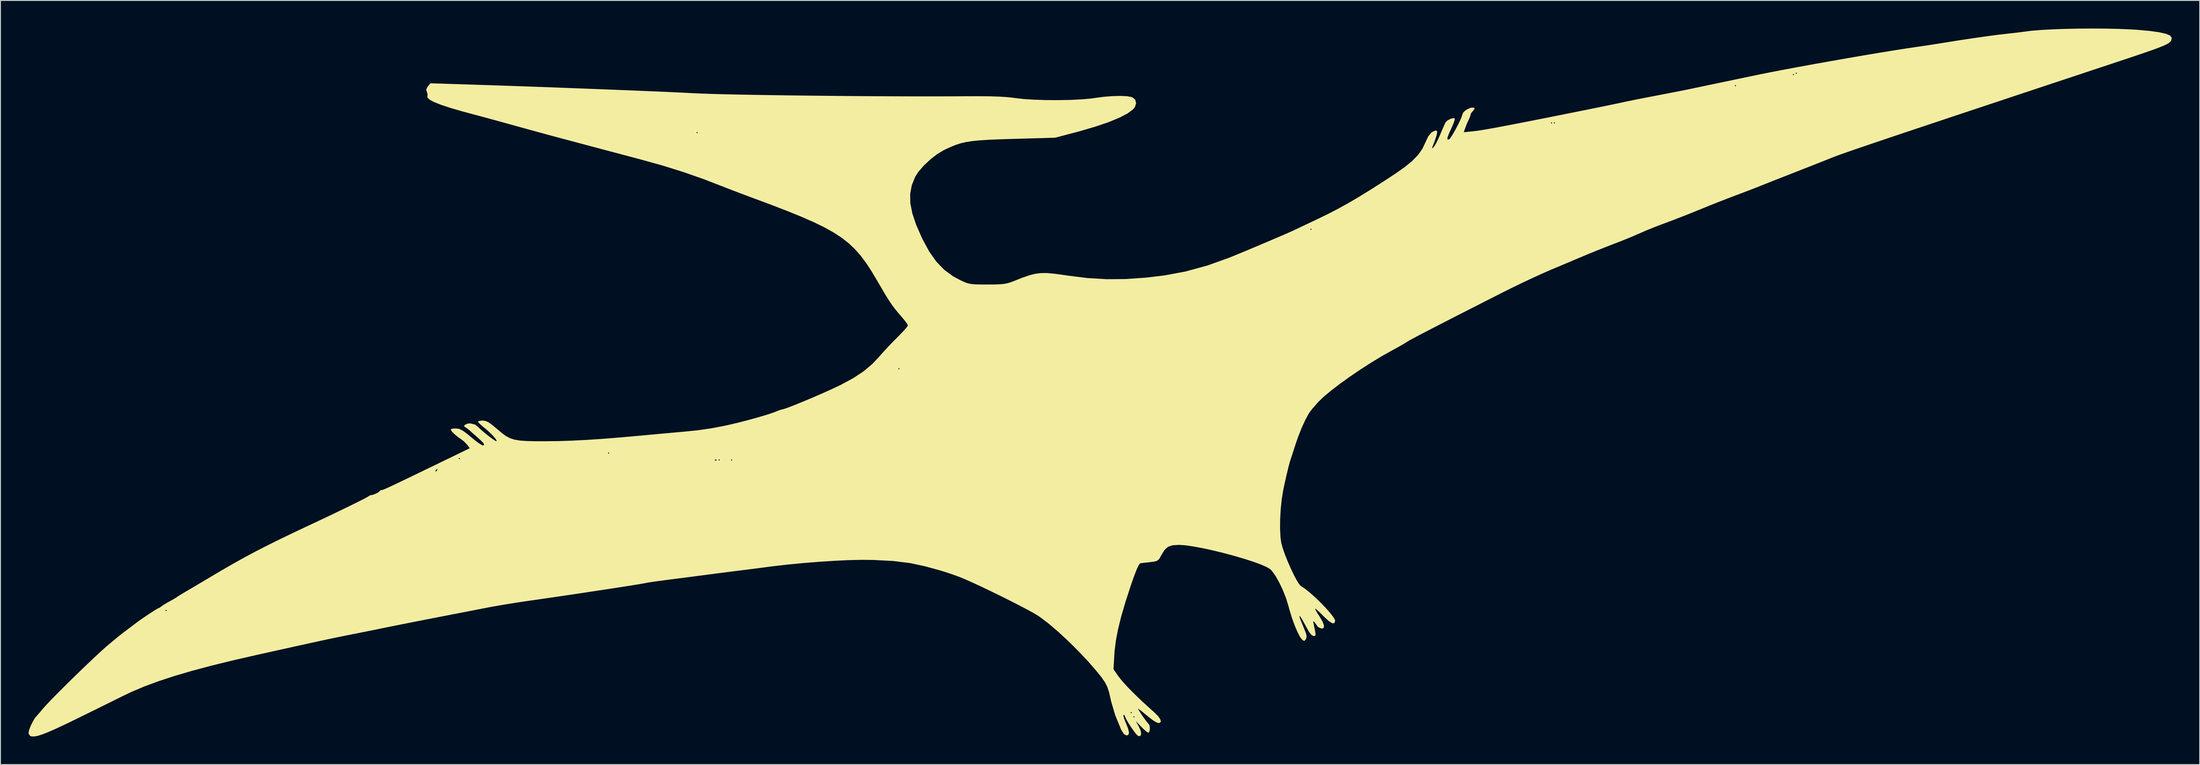
<source format=kicad_pcb>
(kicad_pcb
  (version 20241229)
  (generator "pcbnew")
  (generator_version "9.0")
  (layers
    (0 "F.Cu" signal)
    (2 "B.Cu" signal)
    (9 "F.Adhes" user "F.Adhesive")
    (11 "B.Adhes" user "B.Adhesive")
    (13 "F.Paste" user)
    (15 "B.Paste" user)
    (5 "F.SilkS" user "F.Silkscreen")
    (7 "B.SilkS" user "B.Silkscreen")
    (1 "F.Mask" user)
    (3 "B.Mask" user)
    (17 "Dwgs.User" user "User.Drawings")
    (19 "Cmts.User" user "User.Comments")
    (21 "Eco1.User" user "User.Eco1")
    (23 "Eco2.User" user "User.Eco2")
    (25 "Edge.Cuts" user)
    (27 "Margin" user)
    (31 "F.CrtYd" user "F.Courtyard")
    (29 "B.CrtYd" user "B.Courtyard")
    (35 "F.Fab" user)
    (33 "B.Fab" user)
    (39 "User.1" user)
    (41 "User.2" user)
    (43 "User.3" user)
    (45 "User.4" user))
  (footprint "pteranodon_big"
    (layer "F.Cu")
    (at 113.709 38.819)
    (property "Reference" "pteranodon_big" (at 0 0 0) (layer "F.SilkS") (effects (font (size 1.5 1.5) (thickness 0.3))))
    (attr board_only exclude_from_pos_files exclude_from_bom)
    (fp_poly (pts (xy 108.237 -38.808) (xy 109.634 -38.775) (xy 110.908 -38.719) (xy 111.467 -38.684) (xy 112.796 -38.566) (xy 113.831 -38.424) (xy 114.574 -38.258) (xy 115.025 -38.066) (xy 115.183 -37.85) (xy 115.184 -37.837) (xy 115.176 -37.683) (xy 115.141 -37.545) (xy 115.055 -37.413) (xy 114.895 -37.277) (xy 114.636 -37.127) (xy 114.257 -36.952) (xy 113.732 -36.743) (xy 113.04 -36.49) (xy 112.157 -36.183) (xy 111.058 -35.811) (xy 109.721 -35.365) (xy 108.458 -34.945) (xy 104.988 -33.793) (xy 101.788 -32.73) (xy 98.848 -31.752) (xy 96.157 -30.857) (xy 93.706 -30.041) (xy 91.485 -29.3) (xy 89.482 -28.631) (xy 87.687 -28.031) (xy 86.091 -27.496) (xy 84.683 -27.022) (xy 83.453 -26.606) (xy 82.391 -26.245) (xy 81.485 -25.935) (xy 80.727 -25.673) (xy 80.105 -25.455) (xy 79.611 -25.278) (xy 79.232 -25.139) (xy 78.959 -25.033) (xy 78.858 -24.991) (xy 78.622 -24.896) (xy 78.153 -24.709) (xy 77.493 -24.448) (xy 76.684 -24.129) (xy 75.767 -23.769) (xy 75.019 -23.475) (xy 74.044 -23.092) (xy 73.139 -22.736) (xy 72.347 -22.424) (xy 71.712 -22.172) (xy 71.276 -21.998) (xy 71.105 -21.929) (xy 70.808 -21.81) (xy 70.298 -21.612) (xy 69.64 -21.361) (xy 68.898 -21.081) (xy 68.669 -20.994) (xy 67.784 -20.658) (xy 66.84 -20.29) (xy 65.946 -19.935) (xy 65.215 -19.637) (xy 65.198 -19.63) (xy 63.667 -19.007) (xy 61.976 -18.348) (xy 60.325 -17.729) (xy 59.27 -17.312) (xy 57.97 -16.75) (xy 57.667 -16.613) (xy 57.36 -16.484) (xy 56.847 -16.277) (xy 56.199 -16.021) (xy 55.485 -15.744) (xy 55.452 -15.732) (xy 54.614 -15.405) (xy 53.72 -15.049) (xy 52.889 -14.71) (xy 52.351 -14.485) (xy 51.727 -14.221) (xy 50.92 -13.88) (xy 50.021 -13.5) (xy 49.118 -13.119) (xy 48.806 -12.988) (xy 47.965 -12.62) (xy 46.947 -12.155) (xy 45.837 -11.632) (xy 44.719 -11.092) (xy 43.679 -10.573) (xy 43.638 -10.552) (xy 41.658 -9.544) (xy 39.93 -8.663) (xy 38.439 -7.901) (xy 37.172 -7.251) (xy 36.116 -6.707) (xy 35.258 -6.261) (xy 34.586 -5.908) (xy 34.085 -5.641) (xy 33.743 -5.452) (xy 33.546 -5.334) (xy 33.522 -5.318) (xy 33.225 -5.132) (xy 32.75 -4.858) (xy 32.185 -4.544) (xy 31.972 -4.429) (xy 30.878 -3.816) (xy 29.729 -3.121) (xy 28.567 -2.374) (xy 27.436 -1.605) (xy 26.378 -0.846) (xy 25.437 -0.125) (xy 24.655 0.525) (xy 24.076 1.077) (xy 23.933 1.235) (xy 23.651 1.561) (xy 23.431 1.804) (xy 23.412 1.825) (xy 23.058 2.299) (xy 22.664 3.014) (xy 22.25 3.922) (xy 21.84 4.975) (xy 21.453 6.125) (xy 21.407 6.276) (xy 21.262 6.735) (xy 21.132 7.121) (xy 21.11 7.181) (xy 20.988 7.575) (xy 20.825 8.198) (xy 20.636 8.99) (xy 20.435 9.891) (xy 20.295 10.559) (xy 20.142 11.493) (xy 20.033 12.544) (xy 19.971 13.629) (xy 19.96 14.661) (xy 20.003 15.558) (xy 20.081 16.133) (xy 20.227 16.684) (xy 20.459 17.359) (xy 20.751 18.101) (xy 21.077 18.853) (xy 21.411 19.557) (xy 21.726 20.155) (xy 21.997 20.59) (xy 22.198 20.804) (xy 22.2 20.805) (xy 22.616 21.075) (xy 23.131 21.486) (xy 23.701 21.995) (xy 24.281 22.556) (xy 24.828 23.124) (xy 25.297 23.655) (xy 25.645 24.104) (xy 25.827 24.426) (xy 25.843 24.506) (xy 25.765 24.763) (xy 25.535 24.771) (xy 25.157 24.534) (xy 24.636 24.054) (xy 24.563 23.978) (xy 24.181 23.595) (xy 23.882 23.322) (xy 23.718 23.206) (xy 23.704 23.207) (xy 23.749 23.35) (xy 23.925 23.66) (xy 24.148 24.001) (xy 24.48 24.555) (xy 24.644 24.984) (xy 24.636 25.256) (xy 24.451 25.341) (xy 24.329 25.317) (xy 24.054 25.195) (xy 23.955 25.106) (xy 23.837 24.918) (xy 23.687 24.719) (xy 23.536 24.551) (xy 23.503 24.608) (xy 23.553 24.883) (xy 23.678 25.486) (xy 23.742 25.857) (xy 23.745 26.051) (xy 23.686 26.126) (xy 23.564 26.138) (xy 23.531 26.138) (xy 23.325 26.037) (xy 23.068 25.713) (xy 22.74 25.141) (xy 22.681 25.027) (xy 22.393 24.493) (xy 22.176 24.139) (xy 22.047 23.983) (xy 22.023 24.045) (xy 22.12 24.343) (xy 22.166 24.458) (xy 22.358 24.925) (xy 22.523 25.326) (xy 22.712 25.809) (xy 22.792 26.113) (xy 22.776 26.326) (xy 22.712 26.48) (xy 22.564 26.66) (xy 22.37 26.579) (xy 22.346 26.559) (xy 22.105 26.249) (xy 21.821 25.711) (xy 21.519 25.003) (xy 21.224 24.186) (xy 20.96 23.318) (xy 20.867 22.965) (xy 20.617 22.14) (xy 20.281 21.28) (xy 19.894 20.455) (xy 19.492 19.736) (xy 19.108 19.194) (xy 18.923 19.003) (xy 18.54 18.767) (xy 17.915 18.492) (xy 17.093 18.191) (xy 16.123 17.878) (xy 15.052 17.564) (xy 13.929 17.263) (xy 12.8 16.988) (xy 11.713 16.75) (xy 10.716 16.563) (xy 9.856 16.439) (xy 9.181 16.392) (xy 9.148 16.392) (xy 8.469 16.435) (xy 7.988 16.599) (xy 7.617 16.939) (xy 7.27 17.507) (xy 7.239 17.568) (xy 7.052 17.896) (xy 6.853 18.079) (xy 6.544 18.176) (xy 6.094 18.236) (xy 5.591 18.292) (xy 5.19 18.339) (xy 5.027 18.359) (xy 4.889 18.513) (xy 4.681 18.938) (xy 4.41 19.622) (xy 4.081 20.549) (xy 4.039 20.675) (xy 3.46 22.456) (xy 3.005 24.01) (xy 2.665 25.374) (xy 2.43 26.587) (xy 2.292 27.685) (xy 2.261 28.098) (xy 2.171 29.689) (xy 2.705 30.461) (xy 3.1 30.96) (xy 3.687 31.604) (xy 4.429 32.355) (xy 5.285 33.174) (xy 6.218 34.022) (xy 6.482 34.255) (xy 6.922 34.692) (xy 7.176 35.057) (xy 7.23 35.317) (xy 7.068 35.437) (xy 7.001 35.442) (xy 6.788 35.387) (xy 6.474 35.205) (xy 6.025 34.873) (xy 5.404 34.364) (xy 5.281 34.26) (xy 4.974 34.018) (xy 4.806 33.921) (xy 4.802 33.965) (xy 5.077 34.401) (xy 5.383 34.85) (xy 5.665 35.235) (xy 5.868 35.479) (xy 5.915 35.521) (xy 6.018 35.709) (xy 6.052 36.016) (xy 6.017 36.313) (xy 5.918 36.472) (xy 5.895 36.476) (xy 5.715 36.376) (xy 5.411 36.118) (xy 5.14 35.848) (xy 4.543 35.22) (xy 4.881 35.823) (xy 5.077 36.275) (xy 5.124 36.629) (xy 5.026 36.829) (xy 4.809 36.828) (xy 4.634 36.669) (xy 4.365 36.331) (xy 4.056 35.892) (xy 3.757 35.43) (xy 3.522 35.022) (xy 3.416 34.777) (xy 4.283 34.777) (xy 4.356 34.851) (xy 4.43 34.777) (xy 4.356 34.703) (xy 4.283 34.777) (xy 3.416 34.777) (xy 3.402 34.747) (xy 3.397 34.707) (xy 3.288 34.561) (xy 3.251 34.556) (xy 3.229 34.677) (xy 3.316 34.993) (xy 3.472 35.386) (xy 3.731 36.037) (xy 3.827 36.468) (xy 3.762 36.704) (xy 3.557 36.771) (xy 3.282 36.623) (xy 3.003 36.181) (xy 2.985 36.143) (xy 2.345 34.582) (xy 2.272 34.334) (xy 3.987 34.334) (xy 4.061 34.408) (xy 4.135 34.334) (xy 4.061 34.26) (xy 3.987 34.334) (xy 2.272 34.334) (xy 1.913 33.109) (xy 1.849 32.815) (xy 1.689 32.122) (xy 1.508 31.578) (xy 1.261 31.09) (xy 0.901 30.567) (xy 0.413 29.955) (xy -0.512 28.884) (xy -1.539 27.789) (xy -2.615 26.719) (xy -3.688 25.723) (xy -4.707 24.851) (xy -5.619 24.151) (xy -5.876 23.975) (xy -6.329 23.701) (xy -7.002 23.33) (xy -7.843 22.887) (xy -8.803 22.396) (xy -9.831 21.882) (xy -10.878 21.37) (xy -11.892 20.885) (xy -12.825 20.451) (xy -13.626 20.093) (xy -14.244 19.837) (xy -14.324 19.806) (xy -15.009 19.559) (xy -15.704 19.324) (xy -16.281 19.143) (xy -16.392 19.112) (xy -17.019 18.939) (xy -17.678 18.758) (xy -17.942 18.685) (xy -19.544 18.34) (xy -21.404 18.112) (xy -23.528 18.003) (xy -24.735 17.993) (xy -26.059 18.021) (xy -27.594 18.092) (xy -29.258 18.2) (xy -30.972 18.337) (xy -32.655 18.499) (xy -34.225 18.679) (xy -34.851 18.762) (xy -35.611 18.863) (xy -36.455 18.972) (xy -37.066 19.048) (xy -37.567 19.111) (xy -38.292 19.203) (xy -39.174 19.315) (xy -40.143 19.44) (xy -41.127 19.568) (xy -42.172 19.704) (xy -43.252 19.844) (xy -44.28 19.977) (xy -45.175 20.092) (xy -45.779 20.17) (xy -46.473 20.262) (xy -47.071 20.347) (xy -47.505 20.414) (xy -47.699 20.452) (xy -47.921 20.497) (xy -48.402 20.579) (xy -49.105 20.694) (xy -49.996 20.835) (xy -51.041 20.997) (xy -52.204 21.176) (xy -53.452 21.366) (xy -54.748 21.562) (xy -56.06 21.757) (xy -57.352 21.948) (xy -58.589 22.129) (xy -59.736 22.294) (xy -60.251 22.367) (xy -61.272 22.518) (xy -62.36 22.689) (xy -63.413 22.864) (xy -64.325 23.026) (xy -64.681 23.094) (xy -65.378 23.23) (xy -66.293 23.408) (xy -67.355 23.615) (xy -68.49 23.836) (xy -69.629 24.057) (xy -70.072 24.143) (xy -71.217 24.366) (xy -72.412 24.601) (xy -73.578 24.832) (xy -74.638 25.044) (xy -75.513 25.22) (xy -75.757 25.27) (xy -76.718 25.467) (xy -77.769 25.679) (xy -78.785 25.883) (xy -79.642 26.052) (xy -79.67 26.058) (xy -80.433 26.212) (xy -81.389 26.41) (xy -82.442 26.634) (xy -83.498 26.863) (xy -84.101 26.996) (xy -85.191 27.238) (xy -86.412 27.509) (xy -87.642 27.782) (xy -88.759 28.03) (xy -89.195 28.127) (xy -91.82 28.727) (xy -94.174 29.305) (xy -96.282 29.868) (xy -98.168 30.423) (xy -99.855 30.978) (xy -101.368 31.541) (xy -102.73 32.117) (xy -103.801 32.631) (xy -104.151 32.806) (xy -104.722 33.091) (xy -105.472 33.462) (xy -106.357 33.899) (xy -107.333 34.381) (xy -108.359 34.885) (xy -108.443 34.927) (xy -109.715 35.545) (xy -110.755 36.033) (xy -111.588 36.401) (xy -112.242 36.658) (xy -112.744 36.815) (xy -113.12 36.882) (xy -113.398 36.869) (xy -113.525 36.828) (xy -113.679 36.63) (xy -113.709 36.457) (xy -113.637 36.141) (xy -113.458 35.693) (xy -113.224 35.227) (xy -112.991 34.859) (xy -112.917 34.772) (xy -112.735 34.569) (xy -112.44 34.223) (xy -112.184 33.917) (xy -111.838 33.529) (xy -111.315 32.978) (xy -110.654 32.302) (xy -109.892 31.539) (xy -109.069 30.727) (xy -108.225 29.904) (xy -107.396 29.108) (xy -106.624 28.377) (xy -105.945 27.749) (xy -105.4 27.261) (xy -105.218 27.106) (xy -104.633 26.619) (xy -104.212 26.27) (xy -103.889 26.009) (xy -103.602 25.784) (xy -103.288 25.546) (xy -103 25.331) (xy -102.627 25.051) (xy -102.343 24.835) (xy -102.265 24.774) (xy -101.977 24.559) (xy -101.563 24.268) (xy -101.087 23.944) (xy -100.616 23.632) (xy -100.265 23.406) (xy -99.09 23.406) (xy -99.016 23.48) (xy -98.942 23.406) (xy -99.016 23.333) (xy -99.09 23.406) (xy -100.265 23.406) (xy -100.214 23.374) (xy -99.949 23.215) (xy -99.882 23.185) (xy -99.696 23.099) (xy -99.544 22.985) (xy -99.279 22.8) (xy -98.87 22.554) (xy -98.647 22.432) (xy -98.252 22.214) (xy -97.977 22.05) (xy -97.908 21.999) (xy -97.755 21.894) (xy -97.409 21.68) (xy -96.935 21.396) (xy -96.727 21.274) (xy -96.039 20.87) (xy -95.28 20.421) (xy -94.611 20.022) (xy -94.585 20.007) (xy -93.192 19.179) (xy -91.911 18.438) (xy -90.687 17.755) (xy -89.463 17.099) (xy -88.183 16.442) (xy -86.791 15.753) (xy -85.231 15.003) (xy -83.731 14.296) (xy -82.519 13.726) (xy -81.367 13.178) (xy -80.304 12.667) (xy -79.361 12.208) (xy -78.566 11.815) (xy -77.949 11.503) (xy -77.54 11.286) (xy -77.367 11.178) (xy -77.365 11.175) (xy -77.199 11.075) (xy -77.174 11.078) (xy -76.966 11.048) (xy -76.653 10.931) (xy -76.358 10.781) (xy -76.204 10.654) (xy -76.2 10.639) (xy -76.083 10.541) (xy -76.015 10.534) (xy -75.949 10.525) (xy -75.841 10.492) (xy -75.666 10.423) (xy -75.403 10.308) (xy -75.028 10.135) (xy -74.518 9.895) (xy -73.851 9.576) (xy -73.002 9.168) (xy -71.95 8.659) (xy -71.735 8.556) (xy -70.257 8.556) (xy -70.237 8.565) (xy -70.102 8.461) (xy -70.072 8.417) (xy -70.034 8.279) (xy -70.054 8.27) (xy -70.189 8.374) (xy -70.219 8.417) (xy -70.257 8.556) (xy -71.735 8.556) (xy -70.671 8.04) (xy -69.657 7.548) (xy -69.115 7.285) (xy -40.414 7.285) (xy -40.393 7.373) (xy -40.315 7.384) (xy -40.194 7.33) (xy -40.204 7.31) (xy -40.02 7.31) (xy -39.946 7.384) (xy -39.872 7.31) (xy -38.691 7.31) (xy -38.617 7.384) (xy -38.543 7.31) (xy -38.617 7.236) (xy -38.691 7.31) (xy -39.872 7.31) (xy -39.946 7.236) (xy -40.02 7.31) (xy -40.204 7.31) (xy -40.217 7.285) (xy -40.392 7.268) (xy -40.414 7.285) (xy -69.115 7.285) (xy -68.861 7.162) (xy -67.783 7.162) (xy -67.709 7.236) (xy -67.635 7.162) (xy -67.709 7.088) (xy -67.783 7.162) (xy -68.861 7.162) (xy -67.644 6.572) (xy -51.834 6.572) (xy -51.76 6.645) (xy -51.686 6.572) (xy -51.76 6.498) (xy -51.834 6.572) (xy -67.644 6.572) (xy -66.585 6.058) (xy -66.851 5.7) (xy -67.185 5.345) (xy -67.487 5.109) (xy -67.904 4.815) (xy -68.271 4.502) (xy -68.529 4.226) (xy -68.618 4.047) (xy -68.607 4.024) (xy -68.408 3.963) (xy -68.049 3.942) (xy -68.009 3.943) (xy -67.695 3.999) (xy -67.344 4.171) (xy -66.893 4.497) (xy -66.459 4.858) (xy -65.977 5.253) (xy -65.559 5.56) (xy -65.266 5.735) (xy -65.186 5.759) (xy -65.044 5.702) (xy -65.122 5.519) (xy -65.431 5.195) (xy -65.695 4.957) (xy -66.102 4.599) (xy -66.481 4.26) (xy -66.569 4.18) (xy -66.863 3.937) (xy -67.081 3.803) (xy -67.083 3.802) (xy -67.202 3.689) (xy -67.101 3.551) (xy -66.846 3.437) (xy -66.544 3.397) (xy -66.011 3.531) (xy -65.709 3.773) (xy -65.42 4.049) (xy -65.024 4.388) (xy -64.589 4.738) (xy -64.183 5.044) (xy -63.874 5.254) (xy -63.74 5.316) (xy -63.719 5.227) (xy -63.874 4.994) (xy -64.159 4.668) (xy -64.529 4.301) (xy -64.938 3.945) (xy -64.983 3.908) (xy -65.363 3.591) (xy -65.628 3.338) (xy -65.715 3.215) (xy -65.585 3.139) (xy -65.267 3.102) (xy -65.206 3.101) (xy -64.918 3.138) (xy -64.611 3.271) (xy -64.227 3.537) (xy -63.705 3.971) (xy -63.601 4.061) (xy -63.129 4.459) (xy -62.705 4.763) (xy -62.279 4.986) (xy -61.802 5.139) (xy -61.222 5.236) (xy -60.489 5.288) (xy -59.554 5.309) (xy -58.57 5.311) (xy -57.149 5.295) (xy -55.679 5.248) (xy -54.113 5.169) (xy -52.398 5.055) (xy -50.487 4.902) (xy -48.511 4.725) (xy -47.443 4.626) (xy -46.365 4.527) (xy -45.349 4.435) (xy -44.468 4.355) (xy -43.797 4.296) (xy -43.712 4.289) (xy -42.18 4.131) (xy -40.79 3.93) (xy -39.389 3.662) (xy -38.765 3.524) (xy -37.887 3.314) (xy -36.96 3.076) (xy -36.046 2.826) (xy -35.206 2.583) (xy -34.504 2.365) (xy -34.002 2.189) (xy -33.869 2.133) (xy -33.515 1.988) (xy -33.274 1.92) (xy -33.261 1.92) (xy -33.024 1.862) (xy -32.566 1.701) (xy -31.932 1.457) (xy -31.171 1.149) (xy -30.328 0.798) (xy -29.452 0.422) (xy -28.588 0.041) (xy -27.784 -0.324) (xy -27.086 -0.655) (xy -26.931 -0.731) (xy -25.613 -1.443) (xy -24.525 -2.163) (xy -24.2 -2.437) (xy -20.822 -2.437) (xy -20.748 -2.363) (xy -20.674 -2.437) (xy -20.748 -2.51) (xy -20.822 -2.437) (xy -24.2 -2.437) (xy -23.606 -2.936) (xy -22.878 -3.71) (xy -22.409 -4.24) (xy -21.822 -4.871) (xy -21.212 -5.502) (xy -20.933 -5.782) (xy -20.468 -6.255) (xy -20.093 -6.661) (xy -19.854 -6.952) (xy -19.788 -7.069) (xy -19.879 -7.254) (xy -20.117 -7.583) (xy -20.416 -7.945) (xy -20.828 -8.422) (xy -21.168 -8.837) (xy -21.473 -9.243) (xy -21.778 -9.692) (xy -22.12 -10.237) (xy -22.533 -10.932) (xy -23.054 -11.828) (xy -23.082 -11.876) (xy -23.668 -12.86) (xy -24.238 -13.731) (xy -24.815 -14.508) (xy -25.426 -15.206) (xy -26.096 -15.844) (xy -26.85 -16.438) (xy -27.713 -17.005) (xy -28.712 -17.563) (xy -29.872 -18.128) (xy -31.218 -18.717) (xy -32.775 -19.348) (xy -34.569 -20.038) (xy -36.106 -20.611) (xy -36.962 -20.93) (xy -37.813 -21.251) (xy -38.58 -21.543) (xy -39.181 -21.777) (xy -39.355 -21.846) (xy -41.594 -22.712) (xy -43.75 -23.468) (xy -45.95 -24.156) (xy -48.29 -24.809) (xy -50.244 -25.328) (xy -51.94 -25.778) (xy -53.405 -26.168) (xy -54.666 -26.504) (xy -55.752 -26.793) (xy -56.689 -27.044) (xy -57.504 -27.262) (xy -58.225 -27.457) (xy -58.879 -27.635) (xy -59.078 -27.689) (xy -42.383 -27.689) (xy -42.309 -27.615) (xy -42.235 -27.689) (xy -42.309 -27.763) (xy -42.383 -27.689) (xy -59.078 -27.689) (xy -59.494 -27.803) (xy -60.097 -27.969) (xy -60.715 -28.14) (xy -61.376 -28.323) (xy -61.728 -28.421) (xy -62.708 -28.693) (xy -63.664 -28.956) (xy -64.534 -29.194) (xy -65.255 -29.389) (xy -65.763 -29.525) (xy -65.817 -29.538) (xy -67.394 -29.962) (xy -68.686 -30.341) (xy -69.699 -30.678) (xy -70.437 -30.975) (xy -70.907 -31.235) (xy -71.115 -31.46) (xy -71.102 -31.608) (xy -71.096 -31.833) (xy -71.17 -32.029) (xy -71.234 -32.318) (xy -71.068 -32.627) (xy -71.059 -32.638) (xy -70.796 -32.963) (xy -65.634 -32.798) (xy -63.877 -32.741) (xy -62.002 -32.677) (xy -60.041 -32.608) (xy -58.029 -32.535) (xy -55.997 -32.459) (xy -53.979 -32.383) (xy -52.008 -32.306) (xy -50.117 -32.231) (xy -48.339 -32.158) (xy -46.707 -32.09) (xy -45.254 -32.026) (xy -44.013 -31.969) (xy -43.017 -31.92) (xy -42.604 -31.898) (xy -41.826 -31.863) (xy -40.782 -31.828) (xy -39.502 -31.793) (xy -38.014 -31.76) (xy -36.349 -31.729) (xy -34.535 -31.699) (xy -32.602 -31.671) (xy -30.579 -31.646) (xy -28.497 -31.624) (xy -26.383 -31.604) (xy -24.268 -31.588) (xy -22.181 -31.576) (xy -20.151 -31.568) (xy -18.208 -31.564) (xy -16.381 -31.565) (xy -14.699 -31.571) (xy -13.66 -31.578) (xy -12.225 -31.583) (xy -11.042 -31.571) (xy -10.069 -31.541) (xy -9.263 -31.491) (xy -8.581 -31.419) (xy -8.344 -31.385) (xy -7.429 -31.282) (xy -6.309 -31.21) (xy -5.061 -31.169) (xy -3.762 -31.161) (xy -2.486 -31.184) (xy -1.31 -31.239) (xy -0.31 -31.325) (xy 0.132 -31.385) (xy 1.111 -31.516) (xy 2.065 -31.593) (xy 2.929 -31.615) (xy 3.64 -31.58) (xy 4.133 -31.487) (xy 4.172 -31.473) (xy 4.489 -31.219) (xy 4.586 -30.843) (xy 4.458 -30.425) (xy 4.246 -30.161) (xy 3.643 -29.722) (xy 2.76 -29.265) (xy 1.608 -28.795) (xy 0.2 -28.317) (xy -1.449 -27.836) (xy -1.846 -27.73) (xy -4.061 -27.145) (xy -8.491 -27.019) (xy -9.923 -26.975) (xy -11.102 -26.926) (xy -12.069 -26.867) (xy -12.867 -26.79) (xy -13.536 -26.688) (xy -14.119 -26.556) (xy -14.659 -26.385) (xy -15.195 -26.17) (xy -15.772 -25.903) (xy -15.949 -25.817) (xy -16.664 -25.387) (xy -17.409 -24.806) (xy -18.107 -24.146) (xy -18.681 -23.48) (xy -19.011 -22.963) (xy -19.372 -22.067) (xy -19.547 -21.141) (xy -19.53 -20.15) (xy -19.318 -19.057) (xy -18.906 -17.829) (xy -18.291 -16.428) (xy -18.238 -16.318) (xy -17.515 -14.979) (xy -16.752 -13.894) (xy -15.911 -13.022) (xy -14.956 -12.322) (xy -14.177 -11.902) (xy -13.767 -11.714) (xy -13.422 -11.586) (xy -13.068 -11.507) (xy -12.634 -11.465) (xy -12.044 -11.449) (xy -11.297 -11.447) (xy -10.473 -11.454) (xy -9.868 -11.479) (xy -9.406 -11.532) (xy -9.009 -11.624) (xy -8.602 -11.765) (xy -8.417 -11.838) (xy -7.528 -12.188) (xy -6.801 -12.439) (xy -6.167 -12.599) (xy -5.553 -12.673) (xy -4.887 -12.671) (xy -4.097 -12.597) (xy -3.113 -12.461) (xy -2.732 -12.403) (xy -0.635 -12.141) (xy 1.403 -12.017) (xy 3.464 -12.031) (xy 5.632 -12.183) (xy 7.605 -12.418) (xy 9.866 -12.84) (xy 12.208 -13.482) (xy 14.482 -14.296) (xy 15.096 -14.545) (xy 15.868 -14.864) (xy 16.747 -15.232) (xy 17.682 -15.625) (xy 18.62 -16.023) (xy 19.51 -16.403) (xy 20.302 -16.744) (xy 20.943 -17.024) (xy 21.383 -17.221) (xy 21.487 -17.27) (xy 21.658 -17.352) (xy 23.185 -17.352) (xy 23.259 -17.278) (xy 23.333 -17.352) (xy 23.259 -17.426) (xy 23.185 -17.352) (xy 21.658 -17.352) (xy 21.847 -17.442) (xy 22.402 -17.705) (xy 23.077 -18.024) (xy 23.798 -18.365) (xy 23.849 -18.389) (xy 24.997 -18.946) (xy 26.103 -19.517) (xy 27.215 -20.131) (xy 28.384 -20.817) (xy 29.657 -21.603) (xy 31.084 -22.517) (xy 32.193 -23.244) (xy 33.258 -23.988) (xy 34.084 -24.664) (xy 34.706 -25.308) (xy 35.162 -25.96) (xy 35.473 -26.617) (xy 35.788 -27.292) (xy 36.117 -27.691) (xy 36.215 -27.757) (xy 36.517 -27.9) (xy 36.693 -27.9) (xy 36.744 -27.731) (xy 36.669 -27.366) (xy 36.47 -26.778) (xy 36.254 -26.212) (xy 36.19 -26.012) (xy 36.281 -26.058) (xy 36.365 -26.138) (xy 36.528 -26.375) (xy 36.755 -26.804) (xy 37.003 -27.341) (xy 37.057 -27.467) (xy 37.289 -28.015) (xy 37.49 -28.474) (xy 37.624 -28.763) (xy 37.641 -28.797) (xy 37.844 -28.992) (xy 38.16 -29.157) (xy 38.466 -29.239) (xy 38.624 -29.208) (xy 38.608 -29.042) (xy 38.486 -28.685) (xy 38.284 -28.211) (xy 38.257 -28.153) (xy 37.985 -27.548) (xy 37.845 -27.168) (xy 37.831 -26.978) (xy 37.934 -26.942) (xy 38.017 -26.967) (xy 38.16 -27.124) (xy 38.387 -27.476) (xy 38.66 -27.951) (xy 38.939 -28.477) (xy 39.186 -28.981) (xy 39.362 -29.389) (xy 39.429 -29.628) (xy 39.556 -29.884) (xy 39.873 -30.144) (xy 40.286 -30.333) (xy 40.352 -30.352) (xy 40.673 -30.371) (xy 40.749 -30.24) (xy 40.56 -29.998) (xy 40.537 -29.978) (xy 40.35 -29.746) (xy 40.314 -29.628) (xy 40.25 -29.382) (xy 40.119 -29.088) (xy 39.929 -28.676) (xy 39.753 -28.225) (xy 39.582 -27.733) (xy 40.65 -27.839) (xy 40.996 -27.881) (xy 41.474 -27.953) (xy 42.1 -28.059) (xy 42.892 -28.201) (xy 43.866 -28.383) (xy 45.04 -28.609) (xy 45.624 -28.723) (xy 48.88 -28.723) (xy 48.954 -28.649) (xy 49.028 -28.723) (xy 49.176 -28.723) (xy 49.249 -28.649) (xy 49.323 -28.723) (xy 49.249 -28.797) (xy 49.176 -28.723) (xy 49.028 -28.723) (xy 48.954 -28.797) (xy 48.88 -28.723) (xy 45.624 -28.723) (xy 46.431 -28.88) (xy 48.056 -29.202) (xy 49.932 -29.576) (xy 52.076 -30.006) (xy 52.646 -30.121) (xy 53.616 -30.318) (xy 54.554 -30.509) (xy 55.396 -30.684) (xy 56.08 -30.827) (xy 56.542 -30.926) (xy 56.559 -30.93) (xy 57.02 -31.028) (xy 57.703 -31.168) (xy 58.539 -31.334) (xy 59.461 -31.514) (xy 60.251 -31.666) (xy 61.164 -31.841) (xy 62.022 -32.008) (xy 62.766 -32.153) (xy 63.335 -32.266) (xy 63.648 -32.331) (xy 64.115 -32.43) (xy 64.816 -32.578) (xy 65.444 -32.71) (xy 68.521 -32.71) (xy 68.595 -32.636) (xy 68.669 -32.71) (xy 68.595 -32.784) (xy 68.521 -32.71) (xy 65.444 -32.71) (xy 65.696 -32.763) (xy 66.701 -32.974) (xy 67.775 -33.199) (xy 68.863 -33.427) (xy 69.911 -33.646) (xy 70.863 -33.844) (xy 71.088 -33.891) (xy 74.723 -33.891) (xy 74.797 -33.817) (xy 74.871 -33.891) (xy 74.797 -33.965) (xy 74.723 -33.891) (xy 71.088 -33.891) (xy 71.105 -33.895) (xy 71.819 -34.039) (xy 75.019 -34.039) (xy 75.092 -33.965) (xy 75.166 -34.039) (xy 75.092 -34.113) (xy 75.019 -34.039) (xy 71.819 -34.039) (xy 72.269 -34.13) (xy 73.659 -34.398) (xy 75.224 -34.691) (xy 76.912 -35) (xy 78.673 -35.315) (xy 80.454 -35.628) (xy 82.203 -35.93) (xy 83.87 -36.21) (xy 85.402 -36.461) (xy 86.748 -36.673) (xy 87.856 -36.838) (xy 87.866 -36.839) (xy 88.709 -36.962) (xy 89.66 -37.107) (xy 90.536 -37.245) (xy 90.672 -37.267) (xy 92.294 -37.527) (xy 93.846 -37.764) (xy 95.272 -37.969) (xy 96.518 -38.136) (xy 97.529 -38.255) (xy 97.539 -38.256) (xy 98.215 -38.33) (xy 98.82 -38.4) (xy 99.268 -38.457) (xy 99.419 -38.479) (xy 100.211 -38.58) (xy 101.246 -38.664) (xy 102.471 -38.731) (xy 103.836 -38.78) (xy 105.286 -38.809) (xy 106.771 -38.819)) (stroke (width 0) (type solid)) (fill yes) (layer "F.SilkS")))
  (gr_rect
    (start -3 -3)
    (end 231.893 78.701)
    (stroke (width 0.1) (type default))
    (fill no)
    (layer "Edge.Cuts")))
</source>
